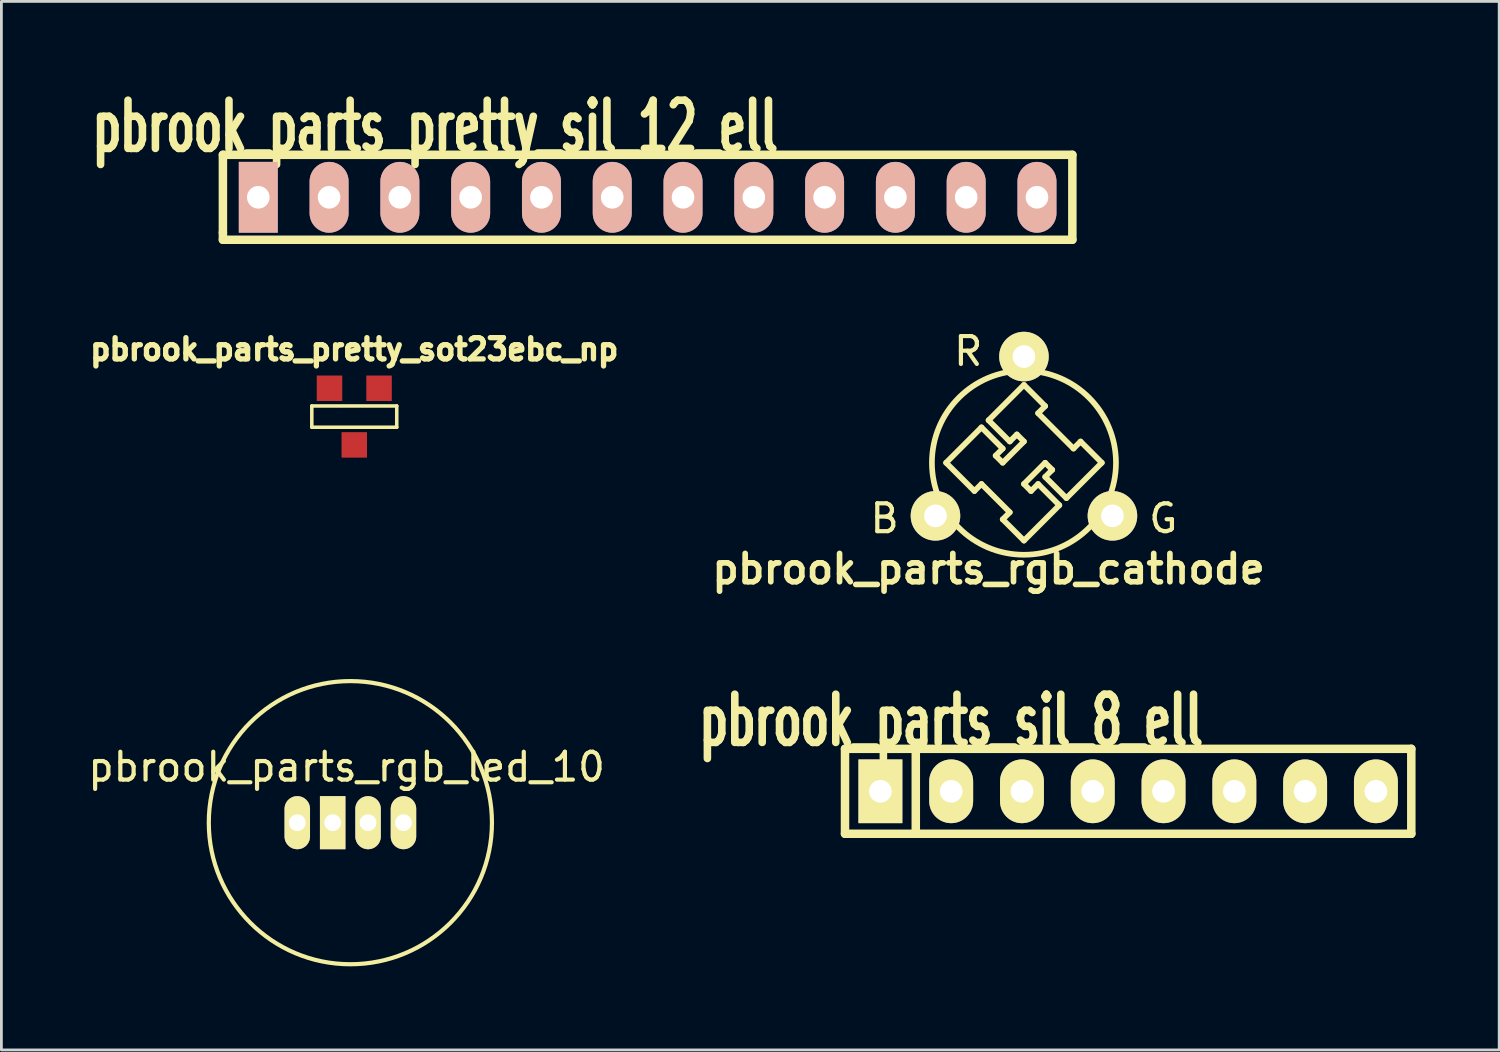
<source format=kicad_pcb>
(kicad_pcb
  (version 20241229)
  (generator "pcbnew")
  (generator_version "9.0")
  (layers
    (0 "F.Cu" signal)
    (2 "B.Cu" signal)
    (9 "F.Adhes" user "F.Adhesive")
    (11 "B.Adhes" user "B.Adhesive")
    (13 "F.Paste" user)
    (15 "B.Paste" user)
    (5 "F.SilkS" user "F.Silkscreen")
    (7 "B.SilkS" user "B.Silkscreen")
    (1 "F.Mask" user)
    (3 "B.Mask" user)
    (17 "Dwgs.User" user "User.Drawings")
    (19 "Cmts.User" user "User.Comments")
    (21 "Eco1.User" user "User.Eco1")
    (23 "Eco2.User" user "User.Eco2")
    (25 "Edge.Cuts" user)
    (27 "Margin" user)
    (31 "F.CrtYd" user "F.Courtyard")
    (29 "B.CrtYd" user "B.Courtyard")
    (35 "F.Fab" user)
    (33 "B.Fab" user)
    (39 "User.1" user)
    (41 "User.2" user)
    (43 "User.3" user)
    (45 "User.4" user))
  (footprint "pbrook_parts_pretty_sot23ebc_np"
    (layer "F.Cu")
    (at 9.662 11.898)
    (property "Reference" "pbrook_parts_pretty_sot23ebc_np" (at 0 -2.413 0) (layer "F.SilkS") (effects (font (size 0.762 0.762) (thickness 0.191))))
    (attr smd)
    (fp_line (start -1.524 -0.381) (end 1.524 -0.381) (stroke (width 0.127) (type solid)) (layer "F.SilkS"))
    (fp_line (start -1.524 0.381) (end -1.524 -0.381) (stroke (width 0.127) (type solid)) (layer "F.SilkS"))
    (fp_line (start 1.524 -0.381) (end 1.524 0.381) (stroke (width 0.127) (type solid)) (layer "F.SilkS"))
    (fp_line (start 1.524 0.381) (end -1.524 0.381) (stroke (width 0.127) (type solid)) (layer "F.SilkS"))
    (pad "1" smd rect (at -0.889 -1.016) (size 0.914 0.914) (layers "F.Cu" "F.Mask" "F.Paste"))
    (pad "2" smd rect (at 0.889 -1.016) (size 0.914 0.914) (layers "F.Cu" "F.Mask" "F.Paste"))
    (pad "3" smd rect (at 0 1.016) (size 0.914 0.914) (layers "F.Cu" "F.Mask" "F.Paste")))
  (footprint "pbrook_parts_rgb_cathode"
    (layer "F.Cu")
    (at 33.691 13.554)
    (property "Reference" "pbrook_parts_rgb_cathode" (at -1.27 3.81 0) (layer "F.SilkS") (effects (font (size 1.016 1.016) (thickness 0.203))))
    (attr through_hole)
    (fp_line (start -2.794 0) (end -1.778 1.016) (stroke (width 0.203) (type solid)) (layer "F.SilkS"))
    (fp_line (start -1.778 1.016) (end -1.524 0.762) (stroke (width 0.203) (type solid)) (layer "F.SilkS"))
    (fp_line (start -1.524 -1.27) (end -2.794 0) (stroke (width 0.203) (type solid)) (layer "F.SilkS"))
    (fp_line (start -1.524 0.762) (end -0.508 1.778) (stroke (width 0.203) (type solid)) (layer "F.SilkS"))
    (fp_line (start -1.27 -1.524) (end -0.508 -0.762) (stroke (width 0.203) (type solid)) (layer "F.SilkS"))
    (fp_line (start -1.016 -0.254) (end -0.762 -0.508) (stroke (width 0.203) (type solid)) (layer "F.SilkS"))
    (fp_line (start -0.762 -0.508) (end -1.524 -1.27) (stroke (width 0.203) (type solid)) (layer "F.SilkS"))
    (fp_line (start -0.762 0) (end -1.016 -0.254) (stroke (width 0.203) (type solid)) (layer "F.SilkS"))
    (fp_line (start -0.762 2.032) (end 0 2.794) (stroke (width 0.203) (type solid)) (layer "F.SilkS"))
    (fp_line (start -0.508 -0.762) (end -0.254 -1.016) (stroke (width 0.203) (type solid)) (layer "F.SilkS"))
    (fp_line (start -0.508 1.778) (end -0.762 2.032) (stroke (width 0.203) (type solid)) (layer "F.SilkS"))
    (fp_line (start -0.254 -1.016) (end 0 -0.762) (stroke (width 0.203) (type solid)) (layer "F.SilkS"))
    (fp_line (start 0 -2.794) (end -1.27 -1.524) (stroke (width 0.203) (type solid)) (layer "F.SilkS"))
    (fp_line (start 0 -0.762) (end -0.762 0) (stroke (width 0.203) (type solid)) (layer "F.SilkS"))
    (fp_line (start 0 2.794) (end 1.27 1.524) (stroke (width 0.203) (type solid)) (layer "F.SilkS"))
    (fp_line (start 0.254 1.016) (end 0 0.762) (stroke (width 0.203) (type solid)) (layer "F.SilkS"))
    (fp_line (start 0.508 -1.778) (end 0.762 -2.032) (stroke (width 0.203) (type solid)) (layer "F.SilkS"))
    (fp_line (start 0.508 0.762) (end 0.254 1.016) (stroke (width 0.203) (type solid)) (layer "F.SilkS"))
    (fp_line (start 0.762 -2.032) (end 0 -2.794) (stroke (width 0.203) (type solid)) (layer "F.SilkS"))
    (fp_line (start 0.762 0) (end 0 0.762) (stroke (width 0.203) (type solid)) (layer "F.SilkS"))
    (fp_line (start 0.762 0) (end 1.016 0.254) (stroke (width 0.203) (type solid)) (layer "F.SilkS"))
    (fp_line (start 0.762 0.508) (end 1.524 1.27) (stroke (width 0.203) (type solid)) (layer "F.SilkS"))
    (fp_line (start 1.016 0.254) (end 0.762 0.508) (stroke (width 0.203) (type solid)) (layer "F.SilkS"))
    (fp_line (start 1.27 1.524) (end 0.508 0.762) (stroke (width 0.203) (type solid)) (layer "F.SilkS"))
    (fp_line (start 1.524 1.27) (end 2.794 0) (stroke (width 0.203) (type solid)) (layer "F.SilkS"))
    (fp_line (start 1.778 -0.508) (end 0.508 -1.778) (stroke (width 0.203) (type solid)) (layer "F.SilkS"))
    (fp_line (start 2.032 -0.762) (end 1.778 -0.508) (stroke (width 0.203) (type solid)) (layer "F.SilkS"))
    (fp_line (start 2.794 0) (end 2.032 -0.762) (stroke (width 0.203) (type solid)) (layer "F.SilkS"))
    (fp_circle (center 0 0) (end 0 3.302) (stroke (width 0.203) (type solid)) (fill no) (layer "F.SilkS"))
    (fp_text user "R" (at -2 -4 0) (layer "F.SilkS") (effects (font (size 1 1) (thickness 0.15))))
    (fp_text user "B" (at -5 2 0) (layer "F.SilkS") (effects (font (size 1 1) (thickness 0.15))))
    (fp_text user "G" (at 5 2 0) (layer "F.SilkS") (effects (font (size 1 1) (thickness 0.15))))
    (pad "B" thru_hole circle (at -3.175 1.905) (size 1.778 1.778) (drill 0.813) (layers "*.Cu" "*.Mask" "F.SilkS"))
    (pad "G" thru_hole circle (at 3.175 1.905) (size 1.778 1.778) (drill 0.813) (layers "*.Cu" "*.Mask" "F.SilkS"))
    (pad "R" thru_hole circle (at 0 -3.81) (size 1.778 1.778) (drill 0.813) (layers "*.Cu" "*.Mask" "F.SilkS")))
  (footprint "pbrook_parts_pretty_sil_12_ell"
    (layer "F.Cu")
    (at 20.188 4.029)
    (property "Reference" "pbrook_parts_pretty_sil_12_ell" (at -7.62 -2.54 0) (layer "F.SilkS") (effects (font (size 1.73 1.087) (thickness 0.305))))
    (attr through_hole)
    (fp_line (start -15.24 1.27) (end -15.24 1.27) (stroke (width 0.305) (type solid)) (layer "F.SilkS"))
    (fp_line (start -15.24 1.524) (end -15.24 -1.524) (stroke (width 0.305) (type solid)) (layer "F.SilkS"))
    (fp_line (start 15.24 -1.524) (end -15.24 -1.524) (stroke (width 0.305) (type solid)) (layer "F.SilkS"))
    (fp_line (start 15.24 -1.524) (end 15.24 1.524) (stroke (width 0.305) (type solid)) (layer "F.SilkS"))
    (fp_line (start 15.24 1.524) (end -15.24 1.524) (stroke (width 0.305) (type solid)) (layer "F.SilkS"))
    (pad "1" thru_hole rect (at -13.97 0) (size 1.397 2.54) (drill 0.813) (layers "*.Cu" "*.Mask" "B.SilkS"))
    (pad "2" thru_hole oval (at -11.43 0) (size 1.397 2.54) (drill 0.813) (layers "*.Cu" "*.Mask" "B.SilkS"))
    (pad "3" thru_hole oval (at -8.89 0) (size 1.397 2.54) (drill 0.813) (layers "*.Cu" "*.Mask" "B.SilkS"))
    (pad "4" thru_hole oval (at -6.35 0) (size 1.397 2.54) (drill 0.813) (layers "*.Cu" "*.Mask" "B.SilkS"))
    (pad "5" thru_hole oval (at -3.81 0) (size 1.397 2.54) (drill 0.813) (layers "*.Cu" "*.Mask" "B.SilkS"))
    (pad "6" thru_hole oval (at -1.27 0) (size 1.397 2.54) (drill 0.813) (layers "*.Cu" "*.Mask" "B.SilkS"))
    (pad "7" thru_hole oval (at 1.27 0) (size 1.397 2.54) (drill 0.813) (layers "*.Cu" "*.Mask" "B.SilkS"))
    (pad "8" thru_hole oval (at 3.81 0) (size 1.397 2.54) (drill 0.813) (layers "*.Cu" "*.Mask" "B.SilkS"))
    (pad "9" thru_hole oval (at 6.35 0) (size 1.397 2.54) (drill 0.813) (layers "*.Cu" "*.Mask" "B.SilkS"))
    (pad "10" thru_hole oval (at 8.89 0) (size 1.397 2.54) (drill 0.813) (layers "*.Cu" "*.Mask" "B.SilkS"))
    (pad "11" thru_hole oval (at 11.43 0) (size 1.397 2.54) (drill 0.813) (layers "*.Cu" "*.Mask" "B.SilkS"))
    (pad "12" thru_hole oval (at 13.97 0) (size 1.397 2.54) (drill 0.813) (layers "*.Cu" "*.Mask" "B.SilkS")))
  (footprint "pbrook_parts_sil_8_ell"
    (layer "F.Cu")
    (at 37.43 25.343)
    (property "Reference" "pbrook_parts_sil_8_ell" (at -6.35 -2.54 0) (layer "F.SilkS") (effects (font (size 1.73 1.087) (thickness 0.305))))
    (attr through_hole)
    (fp_line (start -10.16 -1.524) (end 10.16 -1.524) (stroke (width 0.305) (type solid)) (layer "F.SilkS"))
    (fp_line (start -10.16 1.524) (end -10.16 -1.524) (stroke (width 0.305) (type solid)) (layer "F.SilkS"))
    (fp_line (start -7.62 1.524) (end -7.62 -1.524) (stroke (width 0.305) (type solid)) (layer "F.SilkS"))
    (fp_line (start 10.16 -1.524) (end 10.16 1.524) (stroke (width 0.305) (type solid)) (layer "F.SilkS"))
    (fp_line (start 10.16 1.524) (end -10.16 1.524) (stroke (width 0.305) (type solid)) (layer "F.SilkS"))
    (pad "1" thru_hole rect (at -8.89 0) (size 1.575 2.286) (drill 0.813) (layers "*.Cu" "*.Mask" "F.SilkS"))
    (pad "2" thru_hole oval (at -6.35 0) (size 1.575 2.286) (drill 0.813) (layers "*.Cu" "*.Mask" "F.SilkS"))
    (pad "3" thru_hole oval (at -3.81 0) (size 1.575 2.286) (drill 0.813) (layers "*.Cu" "*.Mask" "F.SilkS"))
    (pad "4" thru_hole oval (at -1.27 0) (size 1.575 2.286) (drill 0.813) (layers "*.Cu" "*.Mask" "F.SilkS"))
    (pad "5" thru_hole oval (at 1.27 0) (size 1.575 2.286) (drill 0.813) (layers "*.Cu" "*.Mask" "F.SilkS"))
    (pad "6" thru_hole oval (at 3.81 0) (size 1.575 2.286) (drill 0.813) (layers "*.Cu" "*.Mask" "F.SilkS"))
    (pad "7" thru_hole oval (at 6.35 0) (size 1.575 2.286) (drill 0.813) (layers "*.Cu" "*.Mask" "F.SilkS"))
    (pad "8" thru_hole oval (at 8.89 0) (size 1.575 2.286) (drill 0.813) (layers "*.Cu" "*.Mask" "F.SilkS")))
  (footprint "pbrook_parts_rgb_led_10"
    (layer "F.Cu")
    (at 8.887 26.469)
    (property "Reference" "pbrook_parts_rgb_led_10" (at 0.5 -2 0) (layer "F.SilkS") (effects (font (size 1 1) (thickness 0.15))))
    (attr through_hole)
    (fp_circle (center 0.635 0) (end -4.445 0) (stroke (width 0.15) (type solid)) (fill no) (layer "F.SilkS"))
    (pad "1" thru_hole oval (at -1.27 0) (size 0.914 1.905) (drill 0.6) (layers "*.Cu" "*.Mask" "F.SilkS"))
    (pad "2" thru_hole rect (at 0 0) (size 0.914 1.905) (drill 0.6) (layers "*.Cu" "*.Mask" "F.SilkS"))
    (pad "3" thru_hole oval (at 1.27 0) (size 0.914 1.905) (drill 0.6) (layers "*.Cu" "*.Mask" "F.SilkS"))
    (pad "4" thru_hole oval (at 2.54 0) (size 0.914 1.905) (drill 0.6) (layers "*.Cu" "*.Mask" "F.SilkS")))
  (gr_rect
    (start -3 -3)
    (end 50.743 34.624)
    (stroke (width 0.1) (type default))
    (fill no)
    (layer "Edge.Cuts")))
</source>
